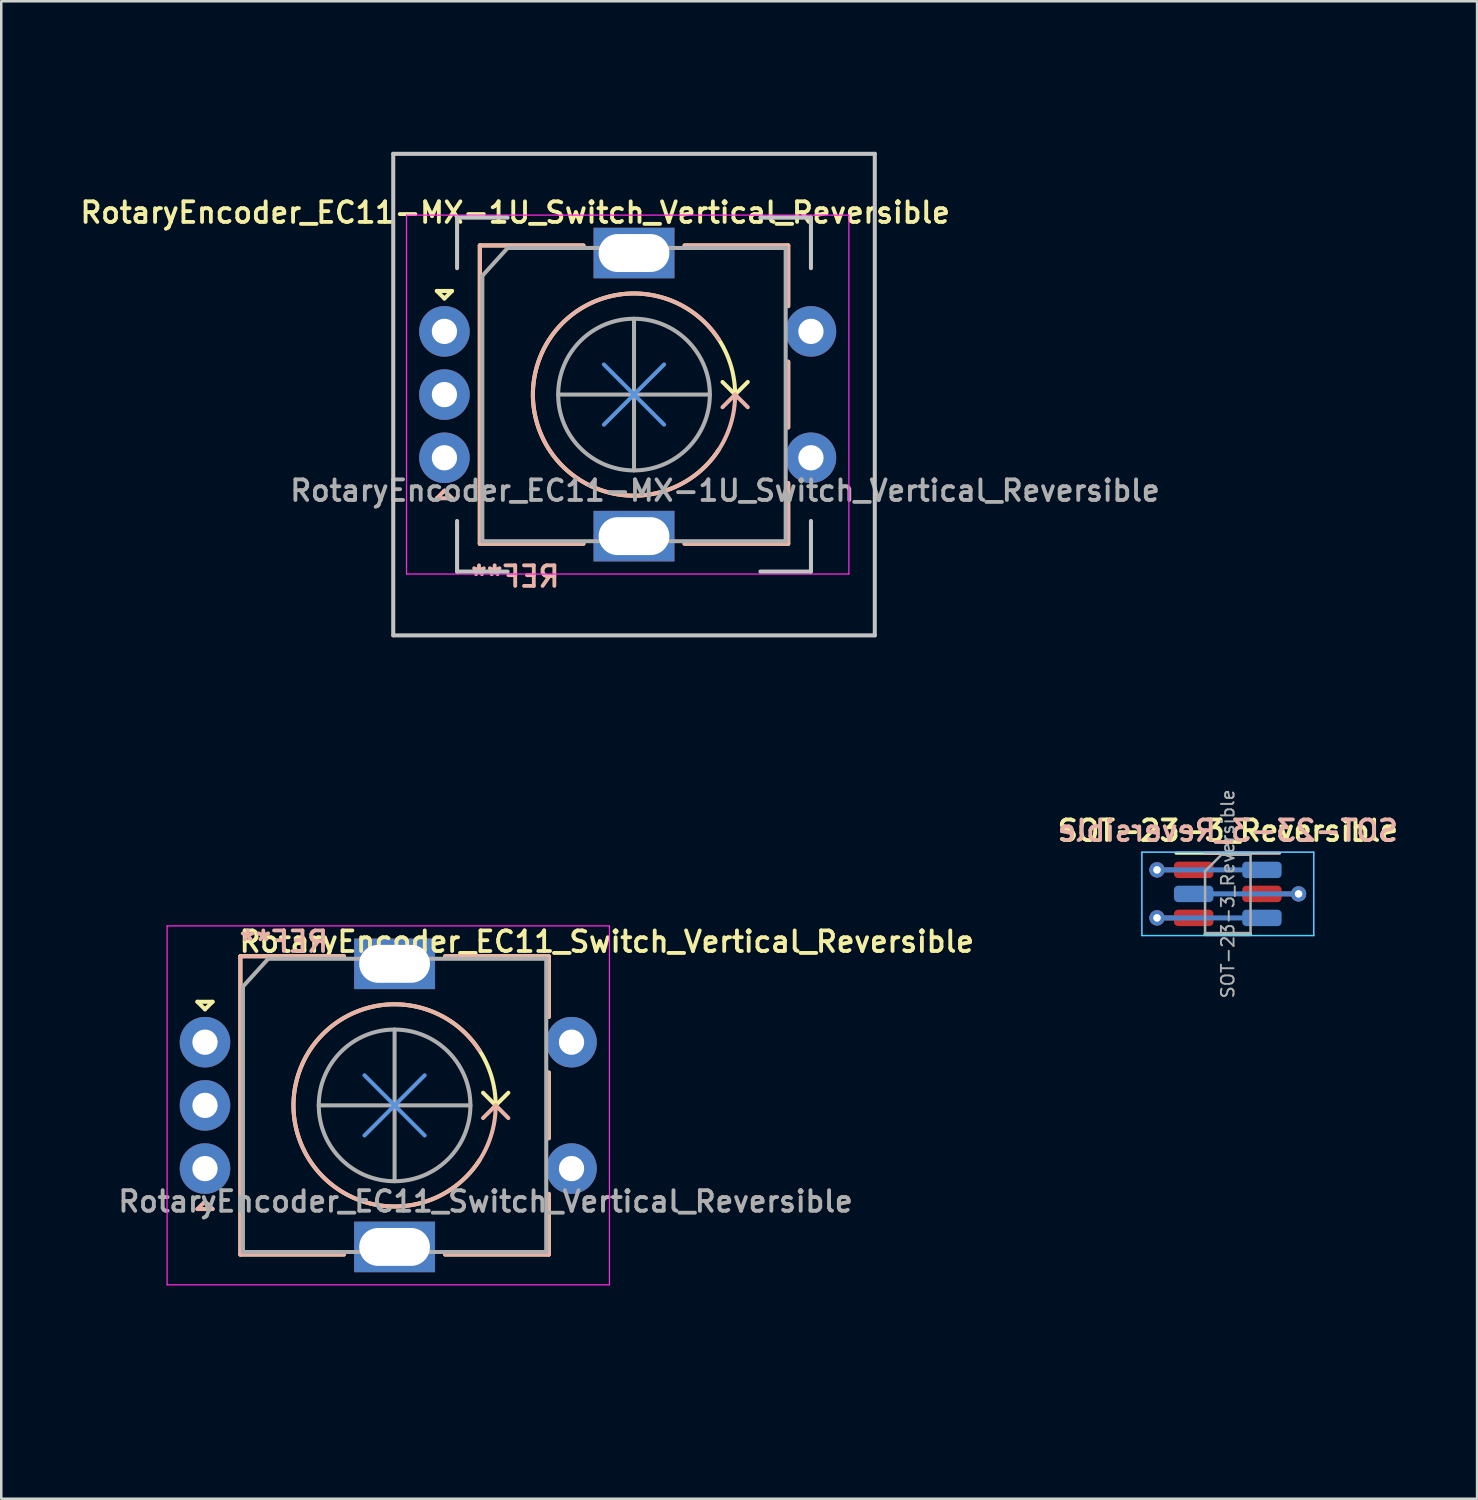
<source format=kicad_pcb>
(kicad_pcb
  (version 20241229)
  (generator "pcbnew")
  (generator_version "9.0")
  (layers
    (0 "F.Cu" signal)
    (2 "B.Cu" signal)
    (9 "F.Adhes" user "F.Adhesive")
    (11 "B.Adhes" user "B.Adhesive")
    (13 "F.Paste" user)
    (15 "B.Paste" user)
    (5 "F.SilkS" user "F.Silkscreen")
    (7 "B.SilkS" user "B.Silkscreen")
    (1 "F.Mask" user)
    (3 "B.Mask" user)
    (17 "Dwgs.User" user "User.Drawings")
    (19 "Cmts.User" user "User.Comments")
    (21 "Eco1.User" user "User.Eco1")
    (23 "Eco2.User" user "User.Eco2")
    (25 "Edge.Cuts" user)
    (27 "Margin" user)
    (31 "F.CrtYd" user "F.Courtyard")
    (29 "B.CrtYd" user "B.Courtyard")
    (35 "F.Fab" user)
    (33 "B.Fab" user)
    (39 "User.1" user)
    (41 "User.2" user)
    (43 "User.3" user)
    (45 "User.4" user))
  (footprint "RotaryEncoder_EC11_Switch_Vertical_Reversible"
    (layer "F.Cu")
    (at 12.56 40.68)
    (property "Reference" "RotaryEncoder_EC11_Switch_Vertical_Reversible" (at -6.223 -6.477 0) (layer "F.SilkS") (effects (font (size 0.813 0.813) (thickness 0.152)) (justify left)))
    (attr through_hole)
    (fp_line (start -7.8 -4.1) (end -7.2 -4.1) (stroke (width 0.16) (type solid)) (layer "F.SilkS"))
    (fp_line (start -7.5 -3.8) (end -7.8 -4.1) (stroke (width 0.16) (type solid)) (layer "F.SilkS"))
    (fp_line (start -7.2 -4.1) (end -7.5 -3.8) (stroke (width 0.16) (type solid)) (layer "F.SilkS"))
    (fp_line (start -6.1 -5.9) (end -6.1 5.9) (stroke (width 0.16) (type solid)) (layer "F.SilkS"))
    (fp_line (start -2 -5.9) (end -6.1 -5.9) (stroke (width 0.16) (type solid)) (layer "F.SilkS"))
    (fp_line (start -2 5.9) (end -6.1 5.9) (stroke (width 0.16) (type solid)) (layer "F.SilkS"))
    (fp_line (start 2 -5.9) (end 6.1 -5.9) (stroke (width 0.16) (type solid)) (layer "F.SilkS"))
    (fp_line (start 4 0) (end 3.5 -0.5) (stroke (width 0.16) (type solid)) (layer "F.SilkS"))
    (fp_line (start 4 0) (end 4.5 -0.5) (stroke (width 0.16) (type solid)) (layer "F.SilkS"))
    (fp_line (start 6.1 -5.9) (end 6.1 -3.5) (stroke (width 0.16) (type solid)) (layer "F.SilkS"))
    (fp_line (start 6.1 -1.3) (end 6.1 1.3) (stroke (width 0.16) (type solid)) (layer "F.SilkS"))
    (fp_line (start 6.1 3.5) (end 6.1 5.9) (stroke (width 0.16) (type solid)) (layer "F.SilkS"))
    (fp_line (start 6.1 5.9) (end 2 5.9) (stroke (width 0.16) (type solid)) (layer "F.SilkS"))
    (fp_arc (start 3.354682 2.178556) (mid -3.835279 -1.136063) (end 4 0) (stroke (width 0.16) (type solid)) (layer "F.SilkS"))
    (fp_line (start -7.8 4.1) (end -7.2 4.1) (stroke (width 0.16) (type solid)) (layer "B.SilkS"))
    (fp_line (start -7.5 3.8) (end -7.8 4.1) (stroke (width 0.16) (type solid)) (layer "B.SilkS"))
    (fp_line (start -7.2 4.1) (end -7.5 3.8) (stroke (width 0.16) (type solid)) (layer "B.SilkS"))
    (fp_line (start -6.1 5.9) (end -6.1 -5.9) (stroke (width 0.16) (type solid)) (layer "B.SilkS"))
    (fp_line (start -2 -5.9) (end -6.1 -5.9) (stroke (width 0.16) (type solid)) (layer "B.SilkS"))
    (fp_line (start -2 5.9) (end -6.1 5.9) (stroke (width 0.16) (type solid)) (layer "B.SilkS"))
    (fp_line (start 2 5.9) (end 6.1 5.9) (stroke (width 0.16) (type solid)) (layer "B.SilkS"))
    (fp_line (start 4 0) (end 3.5 0.5) (stroke (width 0.16) (type solid)) (layer "B.SilkS"))
    (fp_line (start 4 0) (end 4.5 0.5) (stroke (width 0.16) (type solid)) (layer "B.SilkS"))
    (fp_line (start 6.1 -5.9) (end 2 -5.9) (stroke (width 0.16) (type solid)) (layer "B.SilkS"))
    (fp_line (start 6.1 -3.5) (end 6.1 -5.9) (stroke (width 0.16) (type solid)) (layer "B.SilkS"))
    (fp_line (start 6.1 1.3) (end 6.1 -1.3) (stroke (width 0.16) (type solid)) (layer "B.SilkS"))
    (fp_line (start 6.1 5.9) (end 6.1 3.5) (stroke (width 0.16) (type solid)) (layer "B.SilkS"))
    (fp_arc (start 4 0) (mid -3.835279 1.136063) (end 3.354682 -2.178556) (stroke (width 0.16) (type solid)) (layer "B.SilkS"))
    (fp_line (start -1.191 -1.191) (end 1.191 1.191) (stroke (width 0.16) (type solid)) (layer "Cmts.User"))
    (fp_line (start -1.191 1.191) (end 1.191 -1.191) (stroke (width 0.16) (type solid)) (layer "Cmts.User"))
    (fp_circle (center 0 0) (end 12.5 0) (stroke (width 0.12) (type solid)) (fill no) (layer "Eco1.User"))
    (fp_line (start -9 -7.1) (end -9 7.1) (stroke (width 0.05) (type solid)) (layer "F.CrtYd"))
    (fp_line (start -9 -7.1) (end 8.5 -7.1) (stroke (width 0.05) (type solid)) (layer "F.CrtYd"))
    (fp_line (start 8.5 7.1) (end -9 7.1) (stroke (width 0.05) (type solid)) (layer "F.CrtYd"))
    (fp_line (start 8.5 7.1) (end 8.5 -7.1) (stroke (width 0.05) (type solid)) (layer "F.CrtYd"))
    (fp_line (start -6 -4.7) (end -5 -5.8) (stroke (width 0.16) (type solid)) (layer "F.Fab"))
    (fp_line (start -6 5.8) (end -6 -4.7) (stroke (width 0.16) (type solid)) (layer "F.Fab"))
    (fp_line (start -5 -5.8) (end 6 -5.8) (stroke (width 0.16) (type solid)) (layer "F.Fab"))
    (fp_line (start -3 0) (end 3 0) (stroke (width 0.16) (type solid)) (layer "F.Fab"))
    (fp_line (start 0 -3) (end 0 3) (stroke (width 0.16) (type solid)) (layer "F.Fab"))
    (fp_line (start 6 -5.8) (end 6 5.8) (stroke (width 0.16) (type solid)) (layer "F.Fab"))
    (fp_line (start 6 5.8) (end -6 5.8) (stroke (width 0.16) (type solid)) (layer "F.Fab"))
    (fp_circle (center 0 0) (end 3 0) (stroke (width 0.16) (type solid)) (fill no) (layer "F.Fab"))
    (fp_text user "REF**" (at -6.223 -6.477 180) (layer "B.SilkS") (effects (font (size 0.813 0.813) (thickness 0.152)) (justify right mirror)))
    (fp_text user "${REFERENCE}" (at 3.6 3.8 0) (layer "F.Fab") (effects (font (size 0.813 0.813) (thickness 0.152))))
    (pad "A" thru_hole circle (at -7.5 -2.5) (size 2 2) (drill 1) (layers "*.Cu" "*.Mask"))
    (pad "B" thru_hole circle (at -7.5 2.5) (size 2 2) (drill 1) (layers "*.Cu" "*.Mask"))
    (pad "C" thru_hole circle (at -7.5 0) (size 2 2) (drill 1) (layers "*.Cu" "*.Mask"))
    (pad "MP" thru_hole rect (at 0 -5.6) (size 3.2 2) (drill oval 2.8 1.5) (layers "*.Cu" "*.Mask"))
    (pad "MP" thru_hole rect (at 0 5.6) (size 3.2 2) (drill oval 2.8 1.5) (layers "*.Cu" "*.Mask"))
    (pad "S1" thru_hole circle (at 7 2.5) (size 2 2) (drill 1) (layers "*.Cu" "*.Mask"))
    (pad "S2" thru_hole circle (at 7 -2.5) (size 2 2) (drill 1) (layers "*.Cu" "*.Mask")))
  (footprint "SOT-23-3_Reversible"
    (layer "F.Cu")
    (at 45.523 32.313)
    (property "Reference" "SOT-23-3_Reversible" (at 0 -2.5 0) (layer "F.SilkS") (effects (font (size 0.813 0.813) (thickness 0.152))))
    (attr smd)
    (fp_line (start -0.9 1.61) (end 0.9 1.61) (stroke (width 0.12) (type solid)) (layer "F.SilkS"))
    (fp_line (start 0.9 -1.61) (end -2.05 -1.61) (stroke (width 0.12) (type solid)) (layer "F.SilkS"))
    (fp_line (start -0.9 -1.61) (end 2.05 -1.61) (stroke (width 0.12) (type solid)) (layer "B.SilkS"))
    (fp_line (start -0.9 1.6) (end 0.9 1.6) (stroke (width 0.12) (type solid)) (layer "B.SilkS"))
    (fp_line (start -3.4 -1.65) (end 3.4 -1.65) (stroke (width 0.05) (type solid)) (layer "B.CrtYd"))
    (fp_line (start -3.4 1.65) (end -3.4 -1.65) (stroke (width 0.05) (type solid)) (layer "B.CrtYd"))
    (fp_line (start 3.4 -1.65) (end 3.4 1.65) (stroke (width 0.05) (type solid)) (layer "B.CrtYd"))
    (fp_line (start 3.4 1.65) (end -3.4 1.65) (stroke (width 0.05) (type solid)) (layer "B.CrtYd"))
    (fp_line (start -3.4 -1.65) (end 3.4 -1.65) (stroke (width 0.05) (type solid)) (layer "F.CrtYd"))
    (fp_line (start -3.4 1.65) (end -3.4 -1.65) (stroke (width 0.05) (type solid)) (layer "F.CrtYd"))
    (fp_line (start 3.4 -1.65) (end 3.4 1.65) (stroke (width 0.05) (type solid)) (layer "F.CrtYd"))
    (fp_line (start 3.4 1.65) (end -3.4 1.65) (stroke (width 0.05) (type solid)) (layer "F.CrtYd"))
    (fp_line (start -0.9 -0.9) (end -0.9 1.55) (stroke (width 0.1) (type solid)) (layer "F.Fab"))
    (fp_line (start -0.9 -0.9) (end -0.25 -1.55) (stroke (width 0.1) (type solid)) (layer "F.Fab"))
    (fp_line (start 0.9 -1.55) (end -0.25 -1.55) (stroke (width 0.1) (type solid)) (layer "F.Fab"))
    (fp_line (start 0.9 -1.55) (end 0.9 1.55) (stroke (width 0.1) (type solid)) (layer "F.Fab"))
    (fp_line (start 0.9 1.55) (end -0.9 1.55) (stroke (width 0.1) (type solid)) (layer "F.Fab"))
    (fp_text user "${REFERENCE}" (at 0 -2.5 0) (layer "B.SilkS") (effects (font (size 0.813 0.813) (thickness 0.152)) (justify mirror)))
    (fp_text user "${REFERENCE}" (at 0 0 90) (layer "F.Fab") (effects (font (size 0.5 0.5) (thickness 0.075))))
    (pad "1" thru_hole circle (at -2.8 -0.95) (size 0.6 0.6) (drill 0.3) (layers "*.Cu"))
    (pad "1" smd custom (at -2.8 -0.95) (size 0.6 0.6) (layers "F.Cu") (options (anchor circle)) (primitives (gr_line (start 0 0) (end 1.2 0) (width 0.2)) (gr_line (start 0.9 0) (end 2 0) (width 0.4))))
    (pad "1" smd custom (at -2.8 -0.95) (size 0.6 0.6) (layers "B.Cu") (options (anchor circle)) (primitives (gr_line (start 0 0) (end 0.675 0) (width 0.2)) (gr_line (start 0.675 0) (end 3.2 0) (width 0.2)) (gr_line (start 3.2 0) (end 3.875 0) (width 0.2)) (gr_line (start 3.6 0) (end 4.7 0) (width 0.4))))
    (pad "1" smd roundrect (at -1.35 -0.95) (size 1.56 0.65) (layers "F.Cu" "F.Mask" "F.Paste") (roundrect_rratio 0.25))
    (pad "1" smd roundrect (at 1.35 -0.95) (size 1.56 0.65) (layers "B.Cu" "B.Mask" "B.Paste") (roundrect_rratio 0.25))
    (pad "2" thru_hole circle (at -2.8 0.95) (size 0.6 0.6) (drill 0.3) (layers "*.Cu"))
    (pad "2" smd custom (at -2.8 0.95) (size 0.6 0.6) (layers "F.Cu") (options (anchor circle)) (primitives (gr_line (start 0 0) (end 1.2 0) (width 0.2)) (gr_line (start 0.9 0) (end 2 0) (width 0.4))))
    (pad "2" smd custom (at -2.8 0.95) (size 0.6 0.6) (layers "B.Cu") (options (anchor circle)) (primitives (gr_line (start 0 0) (end 3.2 0) (width 0.2)) (gr_line (start 3.2 0) (end 3.875 0) (width 0.2)) (gr_line (start 3.6 0) (end 4.7 0) (width 0.4))))
    (pad "2" smd roundrect (at -1.35 0.95) (size 1.56 0.65) (layers "F.Cu" "F.Mask" "F.Paste") (roundrect_rratio 0.25))
    (pad "2" smd roundrect (at 1.35 0.95) (size 1.56 0.65) (layers "B.Cu" "B.Mask" "B.Paste") (roundrect_rratio 0.25))
    (pad "3" smd roundrect (at -1.35 0) (size 1.56 0.65) (layers "B.Cu" "B.Mask" "B.Paste") (roundrect_rratio 0.25))
    (pad "3" smd roundrect (at 1.35 0) (size 1.56 0.65) (layers "F.Cu" "F.Mask" "F.Paste") (roundrect_rratio 0.25))
    (pad "3" thru_hole circle (at 2.8 0) (size 0.6 0.6) (drill 0.3) (layers "*.Cu"))
    (pad "3" smd custom (at 2.8 0) (size 0.6 0.6) (layers "F.Cu") (options (anchor circle)) (primitives (gr_line (start 0 0) (end -1.2 0) (width 0.2)) (gr_line (start -2 0) (end -0.9 0) (width 0.4))))
    (pad "3" smd custom (at 2.8 0) (size 0.6 0.6) (layers "B.Cu") (options (anchor circle)) (primitives (gr_line (start -4 0) (end 0 0) (width 0.2)) (gr_line (start -4.7 0) (end -3.6 0) (width 0.4)))))
  (footprint "RotaryEncoder_EC11-MX-1U_Switch_Vertical_Reversible"
    (layer "F.Cu")
    (at 22.032 12.56)
    (property "Reference" "RotaryEncoder_EC11-MX-1U_Switch_Vertical_Reversible" (at -4.7 -7.2 0) (layer "F.SilkS") (effects (font (size 0.813 0.813) (thickness 0.152))))
    (attr through_hole)
    (fp_line (start -7.8 -4.1) (end -7.2 -4.1) (stroke (width 0.16) (type solid)) (layer "F.SilkS"))
    (fp_line (start -7.5 -3.8) (end -7.8 -4.1) (stroke (width 0.16) (type solid)) (layer "F.SilkS"))
    (fp_line (start -7.2 -4.1) (end -7.5 -3.8) (stroke (width 0.16) (type solid)) (layer "F.SilkS"))
    (fp_line (start -6.1 -5.9) (end -6.1 5.9) (stroke (width 0.16) (type solid)) (layer "F.SilkS"))
    (fp_line (start -2 -5.9) (end -6.1 -5.9) (stroke (width 0.16) (type solid)) (layer "F.SilkS"))
    (fp_line (start -2 5.9) (end -6.1 5.9) (stroke (width 0.16) (type solid)) (layer "F.SilkS"))
    (fp_line (start 2 -5.9) (end 6.1 -5.9) (stroke (width 0.16) (type solid)) (layer "F.SilkS"))
    (fp_line (start 4 0) (end 3.5 -0.5) (stroke (width 0.16) (type solid)) (layer "F.SilkS"))
    (fp_line (start 4 0) (end 4.5 -0.5) (stroke (width 0.16) (type solid)) (layer "F.SilkS"))
    (fp_line (start 6.1 -5.9) (end 6.1 -3.5) (stroke (width 0.16) (type solid)) (layer "F.SilkS"))
    (fp_line (start 6.1 -1.3) (end 6.1 1.3) (stroke (width 0.16) (type solid)) (layer "F.SilkS"))
    (fp_line (start 6.1 3.5) (end 6.1 5.9) (stroke (width 0.16) (type solid)) (layer "F.SilkS"))
    (fp_line (start 6.1 5.9) (end 2 5.9) (stroke (width 0.16) (type solid)) (layer "F.SilkS"))
    (fp_arc (start 3.354682 2.178556) (mid -3.835279 -1.136063) (end 4 0) (stroke (width 0.16) (type solid)) (layer "F.SilkS"))
    (fp_line (start -7.8 4.1) (end -7.2 4.1) (stroke (width 0.16) (type solid)) (layer "B.SilkS"))
    (fp_line (start -7.5 3.8) (end -7.8 4.1) (stroke (width 0.16) (type solid)) (layer "B.SilkS"))
    (fp_line (start -7.2 4.1) (end -7.5 3.8) (stroke (width 0.16) (type solid)) (layer "B.SilkS"))
    (fp_line (start -6.1 5.9) (end -6.1 -5.9) (stroke (width 0.16) (type solid)) (layer "B.SilkS"))
    (fp_line (start -2 -5.9) (end -6.1 -5.9) (stroke (width 0.16) (type solid)) (layer "B.SilkS"))
    (fp_line (start -2 5.9) (end -6.1 5.9) (stroke (width 0.16) (type solid)) (layer "B.SilkS"))
    (fp_line (start 2 5.9) (end 6.1 5.9) (stroke (width 0.16) (type solid)) (layer "B.SilkS"))
    (fp_line (start 4 0) (end 3.5 0.5) (stroke (width 0.16) (type solid)) (layer "B.SilkS"))
    (fp_line (start 4 0) (end 4.5 0.5) (stroke (width 0.16) (type solid)) (layer "B.SilkS"))
    (fp_line (start 6.1 -5.9) (end 2 -5.9) (stroke (width 0.16) (type solid)) (layer "B.SilkS"))
    (fp_line (start 6.1 -3.5) (end 6.1 -5.9) (stroke (width 0.16) (type solid)) (layer "B.SilkS"))
    (fp_line (start 6.1 1.3) (end 6.1 -1.3) (stroke (width 0.16) (type solid)) (layer "B.SilkS"))
    (fp_line (start 6.1 5.9) (end 6.1 3.5) (stroke (width 0.16) (type solid)) (layer "B.SilkS"))
    (fp_arc (start 4 0) (mid -3.835279 1.136063) (end 3.354682 -2.178556) (stroke (width 0.16) (type solid)) (layer "B.SilkS"))
    (fp_line (start -9.525 -9.525) (end 9.525 -9.525) (stroke (width 0.16) (type solid)) (layer "Dwgs.User"))
    (fp_line (start -9.525 9.525) (end -9.525 -9.525) (stroke (width 0.16) (type solid)) (layer "Dwgs.User"))
    (fp_line (start -7 -7) (end -7 -5) (stroke (width 0.16) (type solid)) (layer "Dwgs.User"))
    (fp_line (start -7 5) (end -7 7) (stroke (width 0.16) (type solid)) (layer "Dwgs.User"))
    (fp_line (start -7 7) (end -5 7) (stroke (width 0.16) (type solid)) (layer "Dwgs.User"))
    (fp_line (start -5 -7) (end -7 -7) (stroke (width 0.16) (type solid)) (layer "Dwgs.User"))
    (fp_line (start 5 -7) (end 7 -7) (stroke (width 0.16) (type solid)) (layer "Dwgs.User"))
    (fp_line (start 5 7) (end 7 7) (stroke (width 0.16) (type solid)) (layer "Dwgs.User"))
    (fp_line (start 7 -7) (end 7 -5) (stroke (width 0.16) (type solid)) (layer "Dwgs.User"))
    (fp_line (start 7 7) (end 7 5) (stroke (width 0.16) (type solid)) (layer "Dwgs.User"))
    (fp_line (start 9.525 -9.525) (end 9.525 9.525) (stroke (width 0.16) (type solid)) (layer "Dwgs.User"))
    (fp_line (start 9.525 9.525) (end -9.525 9.525) (stroke (width 0.16) (type solid)) (layer "Dwgs.User"))
    (fp_line (start -1.191 -1.191) (end 1.191 1.191) (stroke (width 0.16) (type solid)) (layer "Cmts.User"))
    (fp_line (start -1.191 1.191) (end 1.191 -1.191) (stroke (width 0.16) (type solid)) (layer "Cmts.User"))
    (fp_circle (center 0 0) (end 12.5 0) (stroke (width 0.12) (type solid)) (fill no) (layer "Eco1.User"))
    (fp_line (start -9 -7.1) (end -9 7.1) (stroke (width 0.05) (type solid)) (layer "F.CrtYd"))
    (fp_line (start -9 -7.1) (end 8.5 -7.1) (stroke (width 0.05) (type solid)) (layer "F.CrtYd"))
    (fp_line (start 8.5 7.1) (end -9 7.1) (stroke (width 0.05) (type solid)) (layer "F.CrtYd"))
    (fp_line (start 8.5 7.1) (end 8.5 -7.1) (stroke (width 0.05) (type solid)) (layer "F.CrtYd"))
    (fp_line (start -6 -4.7) (end -5 -5.8) (stroke (width 0.16) (type solid)) (layer "F.Fab"))
    (fp_line (start -6 5.8) (end -6 -4.7) (stroke (width 0.16) (type solid)) (layer "F.Fab"))
    (fp_line (start -5 -5.8) (end 6 -5.8) (stroke (width 0.16) (type solid)) (layer "F.Fab"))
    (fp_line (start -3 0) (end 3 0) (stroke (width 0.16) (type solid)) (layer "F.Fab"))
    (fp_line (start 0 -3) (end 0 3) (stroke (width 0.16) (type solid)) (layer "F.Fab"))
    (fp_line (start 6 -5.8) (end 6 5.8) (stroke (width 0.16) (type solid)) (layer "F.Fab"))
    (fp_line (start 6 5.8) (end -6 5.8) (stroke (width 0.16) (type solid)) (layer "F.Fab"))
    (fp_circle (center 0 0) (end 3 0) (stroke (width 0.16) (type solid)) (fill no) (layer "F.Fab"))
    (fp_text user "REF**" (at -4.7 7.2 180) (layer "B.SilkS") (effects (font (size 0.813 0.813) (thickness 0.152)) (justify mirror)))
    (fp_text user "${REFERENCE}" (at 3.6 3.8 0) (layer "F.Fab") (effects (font (size 0.813 0.813) (thickness 0.152))))
    (pad "A" thru_hole circle (at -7.5 -2.5) (size 2 2) (drill 1) (layers "*.Cu" "*.Mask"))
    (pad "B" thru_hole circle (at -7.5 2.5) (size 2 2) (drill 1) (layers "*.Cu" "*.Mask"))
    (pad "C" thru_hole circle (at -7.5 0) (size 2 2) (drill 1) (layers "*.Cu" "*.Mask"))
    (pad "MP" thru_hole rect (at 0 -5.6) (size 3.2 2) (drill oval 2.8 1.5) (layers "*.Cu" "*.Mask"))
    (pad "MP" thru_hole rect (at 0 5.6) (size 3.2 2) (drill oval 2.8 1.5) (layers "*.Cu" "*.Mask"))
    (pad "S1" thru_hole circle (at 7 2.5) (size 2 2) (drill 1) (layers "*.Cu" "*.Mask"))
    (pad "S2" thru_hole circle (at 7 -2.5) (size 2 2) (drill 1) (layers "*.Cu" "*.Mask")))
  (gr_rect
    (start -3 -3)
    (end 55.385 56.24)
    (stroke (width 0.1) (type default))
    (fill no)
    (layer "Edge.Cuts")))
</source>
